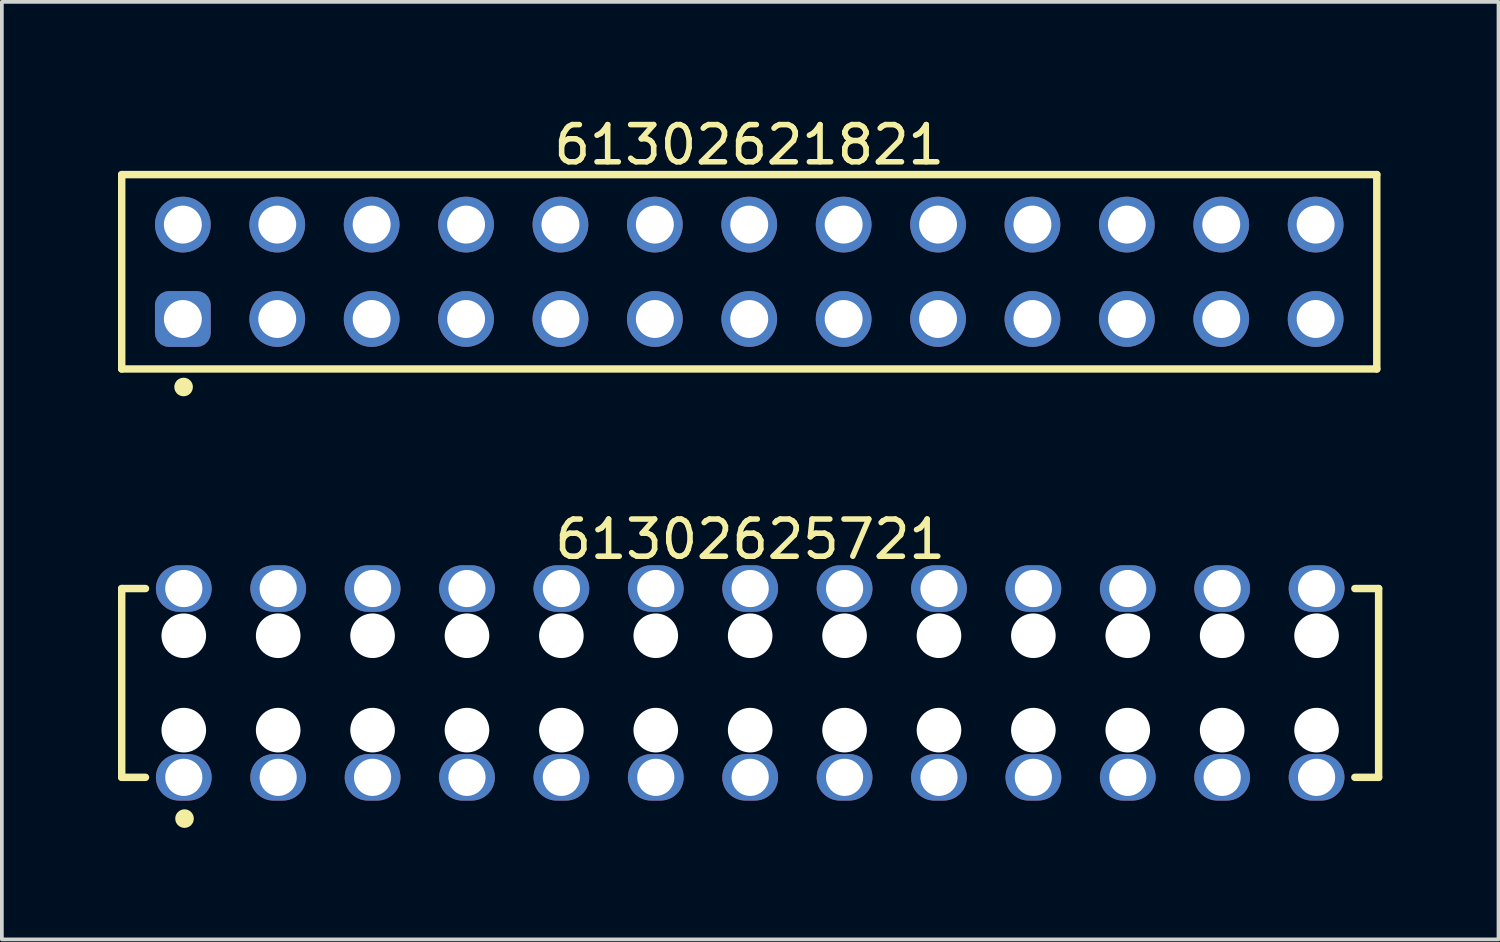
<source format=kicad_pcb>
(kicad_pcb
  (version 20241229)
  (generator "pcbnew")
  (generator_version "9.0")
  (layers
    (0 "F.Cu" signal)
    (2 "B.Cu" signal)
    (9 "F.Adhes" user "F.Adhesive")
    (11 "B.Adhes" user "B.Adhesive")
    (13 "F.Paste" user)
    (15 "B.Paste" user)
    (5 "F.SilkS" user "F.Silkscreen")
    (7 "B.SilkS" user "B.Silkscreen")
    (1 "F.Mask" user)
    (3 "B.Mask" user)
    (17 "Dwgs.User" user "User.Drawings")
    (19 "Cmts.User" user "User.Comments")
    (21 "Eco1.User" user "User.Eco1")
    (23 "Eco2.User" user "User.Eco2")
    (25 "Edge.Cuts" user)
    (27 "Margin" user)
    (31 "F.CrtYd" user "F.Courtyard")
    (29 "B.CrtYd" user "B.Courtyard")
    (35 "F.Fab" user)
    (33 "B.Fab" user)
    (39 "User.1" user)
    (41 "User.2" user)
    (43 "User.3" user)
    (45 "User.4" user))
  (footprint "61302625721"
    (layer "F.Cu")
    (at 17.135 15.326)
    (property "Reference" "61302625721" (at 0 -3.865 0) (layer "F.SilkS") (effects (font (size 1 1) (thickness 0.15))))
    (fp_line (start -16.91 -2.54) (end -16.27 -2.54) (stroke (width 0.2) (type solid)) (layer "F.SilkS"))
    (fp_line (start -16.91 2.54) (end -16.91 -2.54) (stroke (width 0.2) (type solid)) (layer "F.SilkS"))
    (fp_line (start -16.91 2.54) (end -16.27 2.54) (stroke (width 0.2) (type solid)) (layer "F.SilkS"))
    (fp_line (start 16.27 -2.54) (end 16.91 -2.54) (stroke (width 0.2) (type solid)) (layer "F.SilkS"))
    (fp_line (start 16.27 2.54) (end 16.91 2.54) (stroke (width 0.2) (type solid)) (layer "F.SilkS"))
    (fp_line (start 16.91 2.54) (end 16.91 -2.54) (stroke (width 0.2) (type solid)) (layer "F.SilkS"))
    (fp_circle (center -15.22 3.65) (end -15.22 3.525) (stroke (width 0.25) (type solid)) (fill no) (layer "F.SilkS"))
    (fp_line (start -17.11 -3.365) (end 17.11 -3.365) (stroke (width 0.05) (type solid)) (layer "Eco2.User"))
    (fp_line (start -17.11 3.365) (end -17.11 -3.365) (stroke (width 0.05) (type solid)) (layer "Eco2.User"))
    (fp_line (start -17.11 3.365) (end 17.11 3.365) (stroke (width 0.05) (type solid)) (layer "Eco2.User"))
    (fp_line (start -16.81 -2.54) (end 16.81 -2.54) (stroke (width 0.1) (type solid)) (layer "Eco2.User"))
    (fp_line (start -16.81 2.54) (end -16.81 -2.54) (stroke (width 0.1) (type solid)) (layer "Eco2.User"))
    (fp_line (start -16.81 2.54) (end 16.81 2.54) (stroke (width 0.1) (type solid)) (layer "Eco2.User"))
    (fp_line (start -0.5 0) (end 0.5 0) (stroke (width 0.05) (type solid)) (layer "Eco2.User"))
    (fp_line (start 0 0.5) (end 0 -0.5) (stroke (width 0.05) (type solid)) (layer "Eco2.User"))
    (fp_line (start 16.81 2.54) (end 16.81 -2.54) (stroke (width 0.1) (type solid)) (layer "Eco2.User"))
    (fp_line (start 17.11 3.365) (end 17.11 -3.365) (stroke (width 0.05) (type solid)) (layer "Eco2.User"))
    (fp_text user "${REFERENCE}" (at 0.15 -0.197 0) (unlocked yes) (layer "User.3") (effects (font (size 1.5 1.5) (thickness 0.15))))
    (pad "" np_thru_hole circle (at -15.24 -1.27) (size 1.2 1.2) (drill 1.2) (layers "*.Cu" "*.Mask"))
    (pad "" np_thru_hole circle (at -15.24 1.27) (size 1.2 1.2) (drill 1.2) (layers "*.Cu" "*.Mask"))
    (pad "" np_thru_hole circle (at -12.7 -1.27) (size 1.2 1.2) (drill 1.2) (layers "*.Cu" "*.Mask"))
    (pad "" np_thru_hole circle (at -12.7 1.27) (size 1.2 1.2) (drill 1.2) (layers "*.Cu" "*.Mask"))
    (pad "" np_thru_hole circle (at -10.16 -1.27) (size 1.2 1.2) (drill 1.2) (layers "*.Cu" "*.Mask"))
    (pad "" np_thru_hole circle (at -10.16 1.27) (size 1.2 1.2) (drill 1.2) (layers "*.Cu" "*.Mask"))
    (pad "" np_thru_hole circle (at -7.62 -1.27) (size 1.2 1.2) (drill 1.2) (layers "*.Cu" "*.Mask"))
    (pad "" np_thru_hole circle (at -7.62 1.27) (size 1.2 1.2) (drill 1.2) (layers "*.Cu" "*.Mask"))
    (pad "" np_thru_hole circle (at -5.08 -1.27) (size 1.2 1.2) (drill 1.2) (layers "*.Cu" "*.Mask"))
    (pad "" np_thru_hole circle (at -5.08 1.27) (size 1.2 1.2) (drill 1.2) (layers "*.Cu" "*.Mask"))
    (pad "" np_thru_hole circle (at -2.54 -1.27) (size 1.2 1.2) (drill 1.2) (layers "*.Cu" "*.Mask"))
    (pad "" np_thru_hole circle (at -2.54 1.27) (size 1.2 1.2) (drill 1.2) (layers "*.Cu" "*.Mask"))
    (pad "" np_thru_hole circle (at 0 -1.27) (size 1.2 1.2) (drill 1.2) (layers "*.Cu" "*.Mask"))
    (pad "" np_thru_hole circle (at 0 1.27) (size 1.2 1.2) (drill 1.2) (layers "*.Cu" "*.Mask"))
    (pad "" np_thru_hole circle (at 2.54 -1.27) (size 1.2 1.2) (drill 1.2) (layers "*.Cu" "*.Mask"))
    (pad "" np_thru_hole circle (at 2.54 1.27) (size 1.2 1.2) (drill 1.2) (layers "*.Cu" "*.Mask"))
    (pad "" np_thru_hole circle (at 5.08 -1.27) (size 1.2 1.2) (drill 1.2) (layers "*.Cu" "*.Mask"))
    (pad "" np_thru_hole circle (at 5.08 1.27) (size 1.2 1.2) (drill 1.2) (layers "*.Cu" "*.Mask"))
    (pad "" np_thru_hole circle (at 7.62 -1.27) (size 1.2 1.2) (drill 1.2) (layers "*.Cu" "*.Mask"))
    (pad "" np_thru_hole circle (at 7.62 1.27) (size 1.2 1.2) (drill 1.2) (layers "*.Cu" "*.Mask"))
    (pad "" np_thru_hole circle (at 10.16 -1.27) (size 1.2 1.2) (drill 1.2) (layers "*.Cu" "*.Mask"))
    (pad "" np_thru_hole circle (at 10.16 1.27) (size 1.2 1.2) (drill 1.2) (layers "*.Cu" "*.Mask"))
    (pad "" np_thru_hole circle (at 12.7 -1.27) (size 1.2 1.2) (drill 1.2) (layers "*.Cu" "*.Mask"))
    (pad "" np_thru_hole circle (at 12.7 1.27) (size 1.2 1.2) (drill 1.2) (layers "*.Cu" "*.Mask"))
    (pad "" np_thru_hole circle (at 15.24 -1.27) (size 1.2 1.2) (drill 1.2) (layers "*.Cu" "*.Mask"))
    (pad "" np_thru_hole circle (at 15.24 1.27) (size 1.2 1.2) (drill 1.2) (layers "*.Cu" "*.Mask"))
    (pad "1" thru_hole oval (at -15.24 2.54) (size 1.5 1.25) (drill 1) (layers "*.Cu" "*.Mask"))
    (pad "2" thru_hole oval (at -15.24 -2.54) (size 1.5 1.25) (drill 1) (layers "*.Cu" "*.Mask"))
    (pad "3" thru_hole oval (at -12.7 2.54) (size 1.5 1.25) (drill 1) (layers "*.Cu" "*.Mask"))
    (pad "4" thru_hole oval (at -12.7 -2.54) (size 1.5 1.25) (drill 1) (layers "*.Cu" "*.Mask"))
    (pad "5" thru_hole oval (at -10.16 2.54) (size 1.5 1.25) (drill 1) (layers "*.Cu" "*.Mask"))
    (pad "6" thru_hole oval (at -10.16 -2.54) (size 1.5 1.25) (drill 1) (layers "*.Cu" "*.Mask"))
    (pad "7" thru_hole oval (at -7.62 2.54) (size 1.5 1.25) (drill 1) (layers "*.Cu" "*.Mask"))
    (pad "8" thru_hole oval (at -7.62 -2.54) (size 1.5 1.25) (drill 1) (layers "*.Cu" "*.Mask"))
    (pad "9" thru_hole oval (at -5.08 2.54) (size 1.5 1.25) (drill 1) (layers "*.Cu" "*.Mask"))
    (pad "10" thru_hole oval (at -5.08 -2.54) (size 1.5 1.25) (drill 1) (layers "*.Cu" "*.Mask"))
    (pad "11" thru_hole oval (at -2.54 2.54) (size 1.5 1.25) (drill 1) (layers "*.Cu" "*.Mask"))
    (pad "12" thru_hole oval (at -2.54 -2.54) (size 1.5 1.25) (drill 1) (layers "*.Cu" "*.Mask"))
    (pad "13" thru_hole oval (at 0 2.54) (size 1.5 1.25) (drill 1) (layers "*.Cu" "*.Mask"))
    (pad "14" thru_hole oval (at 0 -2.54) (size 1.5 1.25) (drill 1) (layers "*.Cu" "*.Mask"))
    (pad "15" thru_hole oval (at 2.54 2.54) (size 1.5 1.25) (drill 1) (layers "*.Cu" "*.Mask"))
    (pad "16" thru_hole oval (at 2.54 -2.54) (size 1.5 1.25) (drill 1) (layers "*.Cu" "*.Mask"))
    (pad "17" thru_hole oval (at 5.08 2.54) (size 1.5 1.25) (drill 1) (layers "*.Cu" "*.Mask"))
    (pad "18" thru_hole oval (at 5.08 -2.54) (size 1.5 1.25) (drill 1) (layers "*.Cu" "*.Mask"))
    (pad "19" thru_hole oval (at 7.62 2.54) (size 1.5 1.25) (drill 1) (layers "*.Cu" "*.Mask"))
    (pad "20" thru_hole oval (at 7.62 -2.54) (size 1.5 1.25) (drill 1) (layers "*.Cu" "*.Mask"))
    (pad "21" thru_hole oval (at 10.16 2.54) (size 1.5 1.25) (drill 1) (layers "*.Cu" "*.Mask"))
    (pad "22" thru_hole oval (at 10.16 -2.54) (size 1.5 1.25) (drill 1) (layers "*.Cu" "*.Mask"))
    (pad "23" thru_hole oval (at 12.7 2.54) (size 1.5 1.25) (drill 1) (layers "*.Cu" "*.Mask"))
    (pad "24" thru_hole oval (at 12.7 -2.54) (size 1.5 1.25) (drill 1) (layers "*.Cu" "*.Mask"))
    (pad "25" thru_hole oval (at 15.24 2.54) (size 1.5 1.25) (drill 1) (layers "*.Cu" "*.Mask"))
    (pad "26" thru_hole oval (at 15.24 -2.54) (size 1.5 1.25) (drill 1) (layers "*.Cu" "*.Mask")))
  (footprint "61302621821"
    (layer "F.Cu")
    (at 17.11 4.263)
    (property "Reference" "61302621821" (at 0 -3.415 0) (layer "F.SilkS") (effects (font (size 1 1) (thickness 0.15))))
    (fp_line (start -16.885 -2.615) (end 16.885 -2.615) (stroke (width 0.2) (type solid)) (layer "F.SilkS"))
    (fp_line (start -16.885 2.615) (end -16.885 -2.615) (stroke (width 0.2) (type solid)) (layer "F.SilkS"))
    (fp_line (start -16.885 2.615) (end 16.885 2.615) (stroke (width 0.2) (type solid)) (layer "F.SilkS"))
    (fp_line (start 16.885 2.615) (end 16.885 -2.615) (stroke (width 0.2) (type solid)) (layer "F.SilkS"))
    (fp_circle (center -15.22 3.1) (end -15.22 2.975) (stroke (width 0.25) (type solid)) (fill no) (layer "F.SilkS"))
    (fp_line (start -17.085 -2.815) (end 17.085 -2.815) (stroke (width 0.05) (type solid)) (layer "Eco2.User"))
    (fp_line (start -17.085 2.815) (end -17.085 -2.815) (stroke (width 0.05) (type solid)) (layer "Eco2.User"))
    (fp_line (start -17.085 2.815) (end 17.085 2.815) (stroke (width 0.05) (type solid)) (layer "Eco2.User"))
    (fp_line (start -16.76 -2.54) (end 16.76 -2.54) (stroke (width 0.1) (type solid)) (layer "Eco2.User"))
    (fp_line (start -16.76 2.54) (end -16.76 -2.54) (stroke (width 0.1) (type solid)) (layer "Eco2.User"))
    (fp_line (start -16.76 2.54) (end 16.76 2.54) (stroke (width 0.1) (type solid)) (layer "Eco2.User"))
    (fp_line (start -0.5 0) (end 0.5 0) (stroke (width 0.05) (type solid)) (layer "Eco2.User"))
    (fp_line (start 0 0.5) (end 0 -0.5) (stroke (width 0.05) (type solid)) (layer "Eco2.User"))
    (fp_line (start 16.76 2.54) (end 16.76 -2.54) (stroke (width 0.1) (type solid)) (layer "Eco2.User"))
    (fp_line (start 17.085 2.815) (end 17.085 -2.815) (stroke (width 0.05) (type solid)) (layer "Eco2.User"))
    (fp_text user "${REFERENCE}" (at 0.15 -0.197 0) (unlocked yes) (layer "User.3") (effects (font (size 1.5 1.5) (thickness 0.15))))
    (pad "1" thru_hole roundrect (at -15.24 1.27) (size 1.5 1.5) (drill 1.02) (layers "*.Cu" "*.Mask") (roundrect_rratio 0.25))
    (pad "2" thru_hole circle (at -15.24 -1.27) (size 1.5 1.5) (drill 1.02) (layers "*.Cu" "*.Mask"))
    (pad "3" thru_hole circle (at -12.7 1.27) (size 1.5 1.5) (drill 1.02) (layers "*.Cu" "*.Mask"))
    (pad "4" thru_hole circle (at -12.7 -1.27) (size 1.5 1.5) (drill 1.02) (layers "*.Cu" "*.Mask"))
    (pad "5" thru_hole circle (at -10.16 1.27) (size 1.5 1.5) (drill 1.02) (layers "*.Cu" "*.Mask"))
    (pad "6" thru_hole circle (at -10.16 -1.27) (size 1.5 1.5) (drill 1.02) (layers "*.Cu" "*.Mask"))
    (pad "7" thru_hole circle (at -7.62 1.27) (size 1.5 1.5) (drill 1.02) (layers "*.Cu" "*.Mask"))
    (pad "8" thru_hole circle (at -7.62 -1.27) (size 1.5 1.5) (drill 1.02) (layers "*.Cu" "*.Mask"))
    (pad "9" thru_hole circle (at -5.08 1.27) (size 1.5 1.5) (drill 1.02) (layers "*.Cu" "*.Mask"))
    (pad "10" thru_hole circle (at -5.08 -1.27) (size 1.5 1.5) (drill 1.02) (layers "*.Cu" "*.Mask"))
    (pad "11" thru_hole circle (at -2.54 1.27) (size 1.5 1.5) (drill 1.02) (layers "*.Cu" "*.Mask"))
    (pad "12" thru_hole circle (at -2.54 -1.27) (size 1.5 1.5) (drill 1.02) (layers "*.Cu" "*.Mask"))
    (pad "13" thru_hole circle (at 0 1.27) (size 1.5 1.5) (drill 1.02) (layers "*.Cu" "*.Mask"))
    (pad "14" thru_hole circle (at 0 -1.27) (size 1.5 1.5) (drill 1.02) (layers "*.Cu" "*.Mask"))
    (pad "15" thru_hole circle (at 2.54 1.27) (size 1.5 1.5) (drill 1.02) (layers "*.Cu" "*.Mask"))
    (pad "16" thru_hole circle (at 2.54 -1.27) (size 1.5 1.5) (drill 1.02) (layers "*.Cu" "*.Mask"))
    (pad "17" thru_hole circle (at 5.08 1.27) (size 1.5 1.5) (drill 1.02) (layers "*.Cu" "*.Mask"))
    (pad "18" thru_hole circle (at 5.08 -1.27) (size 1.5 1.5) (drill 1.02) (layers "*.Cu" "*.Mask"))
    (pad "19" thru_hole circle (at 7.62 1.27) (size 1.5 1.5) (drill 1.02) (layers "*.Cu" "*.Mask"))
    (pad "20" thru_hole circle (at 7.62 -1.27) (size 1.5 1.5) (drill 1.02) (layers "*.Cu" "*.Mask"))
    (pad "21" thru_hole circle (at 10.16 1.27) (size 1.5 1.5) (drill 1.02) (layers "*.Cu" "*.Mask"))
    (pad "22" thru_hole circle (at 10.16 -1.27) (size 1.5 1.5) (drill 1.02) (layers "*.Cu" "*.Mask"))
    (pad "23" thru_hole circle (at 12.7 1.27) (size 1.5 1.5) (drill 1.02) (layers "*.Cu" "*.Mask"))
    (pad "24" thru_hole circle (at 12.7 -1.27) (size 1.5 1.5) (drill 1.02) (layers "*.Cu" "*.Mask"))
    (pad "25" thru_hole circle (at 15.24 1.27) (size 1.5 1.5) (drill 1.02) (layers "*.Cu" "*.Mask"))
    (pad "26" thru_hole circle (at 15.24 -1.27) (size 1.5 1.5) (drill 1.02) (layers "*.Cu" "*.Mask")))
  (gr_rect
    (start -3 -3)
    (end 37.27 22.227)
    (stroke (width 0.1) (type default))
    (fill no)
    (layer "Edge.Cuts")))
</source>
